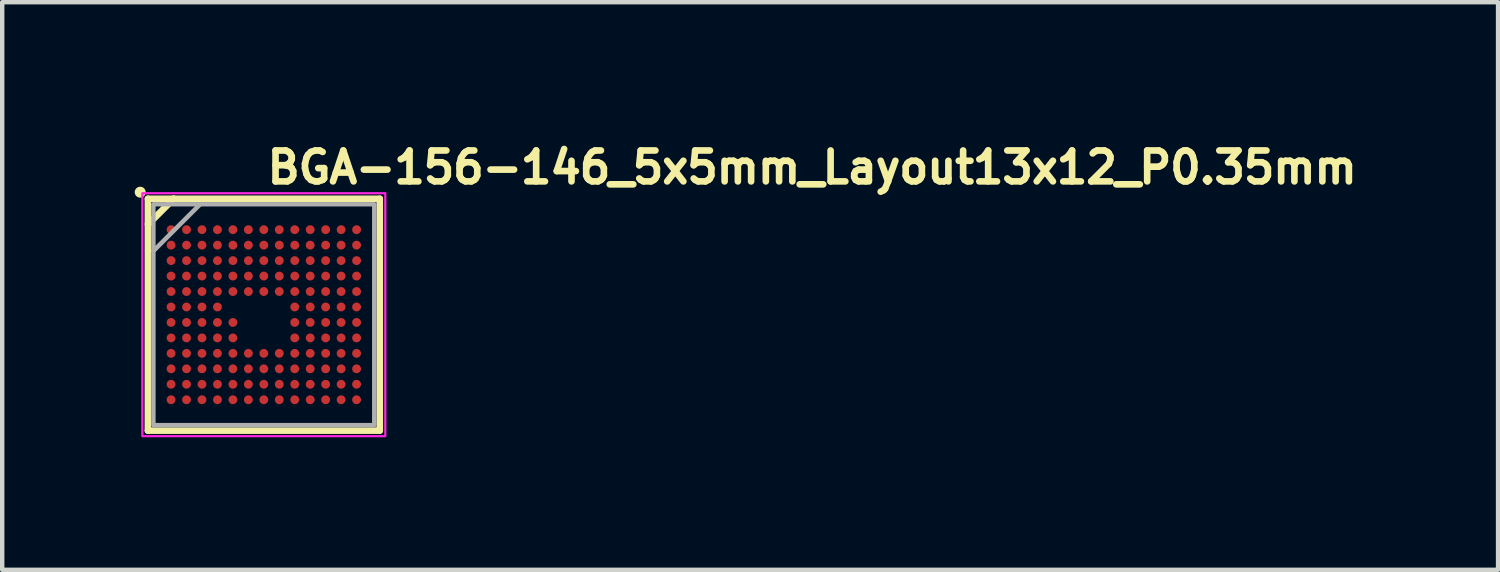
<source format=kicad_pcb>
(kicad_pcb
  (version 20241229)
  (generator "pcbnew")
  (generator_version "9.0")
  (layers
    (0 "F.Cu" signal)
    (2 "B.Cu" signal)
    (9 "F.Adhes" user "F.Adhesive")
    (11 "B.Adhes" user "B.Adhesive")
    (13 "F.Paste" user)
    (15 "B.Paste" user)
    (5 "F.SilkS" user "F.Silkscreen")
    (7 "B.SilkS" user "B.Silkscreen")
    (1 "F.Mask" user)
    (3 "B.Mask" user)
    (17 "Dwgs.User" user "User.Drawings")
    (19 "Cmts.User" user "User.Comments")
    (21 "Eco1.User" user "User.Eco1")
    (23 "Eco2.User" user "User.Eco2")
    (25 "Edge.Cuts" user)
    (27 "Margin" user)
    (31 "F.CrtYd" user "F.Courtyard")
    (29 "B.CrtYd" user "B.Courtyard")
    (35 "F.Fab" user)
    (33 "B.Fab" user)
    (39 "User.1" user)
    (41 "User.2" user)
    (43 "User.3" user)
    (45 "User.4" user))
  (footprint "BGA-156-146_5x5mm_Layout13x12_P0.35mm"
    (layer "F.Cu")
    (at 2.923 4.075)
    (property "Reference" "BGA-156-146_5x5mm_Layout13x12_P0.35mm" (at 0 -2.925 0) (unlocked yes) (layer "F.SilkS") (effects (font (size 0.7 0.7) (thickness 0.15)) (justify left bottom)))
    (attr smd)
    (fp_line (start -2.624 2.624) (end -2.624 -2.625) (stroke (width 0.15) (type solid)) (layer "F.SilkS"))
    (fp_line (start -2.615 -2.051) (end -2.624 -2.051) (stroke (width 0.15) (type solid)) (layer "F.SilkS"))
    (fp_line (start -2.615 -2.051) (end -2.04 -2.625) (stroke (width 0.15) (type solid)) (layer "F.SilkS"))
    (fp_line (start -2.04 -2.625) (end -2.048 -2.625) (stroke (width 0.15) (type solid)) (layer "F.SilkS"))
    (fp_line (start 2.625 -2.625) (end -2.624 -2.625) (stroke (width 0.15) (type solid)) (layer "F.SilkS"))
    (fp_line (start 2.625 2.624) (end -2.624 2.624) (stroke (width 0.15) (type solid)) (layer "F.SilkS"))
    (fp_line (start 2.625 2.624) (end 2.625 -2.625) (stroke (width 0.15) (type solid)) (layer "F.SilkS"))
    (fp_circle (center -2.799 -2.774) (end -2.75 -2.774) (stroke (width 0.15) (type solid)) (fill yes) (layer "F.SilkS"))
    (fp_rect (start -2.75 -2.75) (end 2.75 2.75) (stroke (width 0.05) (type solid)) (fill no) (layer "F.CrtYd"))
    (fp_line (start -2.5 -1.443) (end -1.446 -2.497) (stroke (width 0.102) (type solid)) (layer "F.Fab"))
    (fp_rect (start -2.5 -2.5) (end 2.5 2.5) (stroke (width 0.1) (type solid)) (fill no) (layer "F.Fab"))
    (fp_line (start -2.5 2.5) (end -2.5 0) (stroke (width 0.102) (type solid)) (layer "User.1"))
    (fp_line (start -2.275 -2.499) (end -2.282 -2.499) (stroke (width 0.102) (type solid)) (layer "User.1"))
    (fp_line (start 0 2.5) (end -2.5 2.5) (stroke (width 0.102) (type solid)) (layer "User.1"))
    (fp_rect (start -2.5 -2.5) (end 2.5 2.5) (stroke (width 0.1) (type solid)) (fill no) (layer "User.5"))
    (fp_line (start -2.5 -2.5) (end 2.5 -2.5) (stroke (width 0.02) (type solid)) (layer "User.9"))
    (fp_line (start -2.5 2.5) (end -2.5 -2.5) (stroke (width 0.02) (type solid)) (layer "User.9"))
    (fp_line (start -2.5 2.5) (end 2.5 2.5) (stroke (width 0.02) (type solid)) (layer "User.9"))
    (fp_line (start 2.5 2.5) (end 2.5 -2.5) (stroke (width 0.02) (type solid)) (layer "User.9"))
    (pad "A1" smd circle (at -2.1 -1.925) (size 0.2 0.2) (layers "F.Cu" "F.Mask" "F.Paste"))
    (pad "A2" smd circle (at -1.75 -1.925) (size 0.2 0.2) (layers "F.Cu" "F.Mask" "F.Paste"))
    (pad "A3" smd circle (at -1.4 -1.925) (size 0.2 0.2) (layers "F.Cu" "F.Mask" "F.Paste"))
    (pad "A4" smd circle (at -1.05 -1.925) (size 0.2 0.2) (layers "F.Cu" "F.Mask" "F.Paste"))
    (pad "A5" smd circle (at -0.7 -1.925) (size 0.2 0.2) (layers "F.Cu" "F.Mask" "F.Paste"))
    (pad "A6" smd circle (at -0.35 -1.925) (size 0.2 0.2) (layers "F.Cu" "F.Mask" "F.Paste"))
    (pad "A7" smd circle (at 0 -1.925) (size 0.2 0.2) (layers "F.Cu" "F.Mask" "F.Paste"))
    (pad "A8" smd circle (at 0.35 -1.925) (size 0.2 0.2) (layers "F.Cu" "F.Mask" "F.Paste"))
    (pad "A9" smd circle (at 0.7 -1.925) (size 0.2 0.2) (layers "F.Cu" "F.Mask" "F.Paste"))
    (pad "A10" smd circle (at 1.05 -1.925) (size 0.2 0.2) (layers "F.Cu" "F.Mask" "F.Paste"))
    (pad "A11" smd circle (at 1.4 -1.925) (size 0.2 0.2) (layers "F.Cu" "F.Mask" "F.Paste"))
    (pad "A12" smd circle (at 1.75 -1.925) (size 0.2 0.2) (layers "F.Cu" "F.Mask" "F.Paste"))
    (pad "A13" smd circle (at 2.1 -1.925) (size 0.2 0.2) (layers "F.Cu" "F.Mask" "F.Paste"))
    (pad "B1" smd circle (at -2.1 -1.575) (size 0.2 0.2) (layers "F.Cu" "F.Mask" "F.Paste"))
    (pad "B2" smd circle (at -1.75 -1.575) (size 0.2 0.2) (layers "F.Cu" "F.Mask" "F.Paste"))
    (pad "B3" smd circle (at -1.4 -1.575) (size 0.2 0.2) (layers "F.Cu" "F.Mask" "F.Paste"))
    (pad "B4" smd circle (at -1.05 -1.575) (size 0.2 0.2) (layers "F.Cu" "F.Mask" "F.Paste"))
    (pad "B5" smd circle (at -0.7 -1.575) (size 0.2 0.2) (layers "F.Cu" "F.Mask" "F.Paste"))
    (pad "B6" smd circle (at -0.35 -1.575) (size 0.2 0.2) (layers "F.Cu" "F.Mask" "F.Paste"))
    (pad "B7" smd circle (at 0 -1.575) (size 0.2 0.2) (layers "F.Cu" "F.Mask" "F.Paste"))
    (pad "B8" smd circle (at 0.35 -1.575) (size 0.2 0.2) (layers "F.Cu" "F.Mask" "F.Paste"))
    (pad "B9" smd circle (at 0.7 -1.575) (size 0.2 0.2) (layers "F.Cu" "F.Mask" "F.Paste"))
    (pad "B10" smd circle (at 1.05 -1.575) (size 0.2 0.2) (layers "F.Cu" "F.Mask" "F.Paste"))
    (pad "B11" smd circle (at 1.4 -1.575) (size 0.2 0.2) (layers "F.Cu" "F.Mask" "F.Paste"))
    (pad "B12" smd circle (at 1.75 -1.575) (size 0.2 0.2) (layers "F.Cu" "F.Mask" "F.Paste"))
    (pad "B13" smd circle (at 2.1 -1.575) (size 0.2 0.2) (layers "F.Cu" "F.Mask" "F.Paste"))
    (pad "C1" smd circle (at -2.1 -1.225) (size 0.2 0.2) (layers "F.Cu" "F.Mask" "F.Paste"))
    (pad "C2" smd circle (at -1.75 -1.225) (size 0.2 0.2) (layers "F.Cu" "F.Mask" "F.Paste"))
    (pad "C3" smd circle (at -1.4 -1.225) (size 0.2 0.2) (layers "F.Cu" "F.Mask" "F.Paste"))
    (pad "C4" smd circle (at -1.05 -1.225) (size 0.2 0.2) (layers "F.Cu" "F.Mask" "F.Paste"))
    (pad "C5" smd circle (at -0.7 -1.225) (size 0.2 0.2) (layers "F.Cu" "F.Mask" "F.Paste"))
    (pad "C6" smd circle (at -0.35 -1.225) (size 0.2 0.2) (layers "F.Cu" "F.Mask" "F.Paste"))
    (pad "C7" smd circle (at 0 -1.225) (size 0.2 0.2) (layers "F.Cu" "F.Mask" "F.Paste"))
    (pad "C8" smd circle (at 0.35 -1.225) (size 0.2 0.2) (layers "F.Cu" "F.Mask" "F.Paste"))
    (pad "C9" smd circle (at 0.7 -1.225) (size 0.2 0.2) (layers "F.Cu" "F.Mask" "F.Paste"))
    (pad "C10" smd circle (at 1.05 -1.225) (size 0.2 0.2) (layers "F.Cu" "F.Mask" "F.Paste"))
    (pad "C11" smd circle (at 1.4 -1.225) (size 0.2 0.2) (layers "F.Cu" "F.Mask" "F.Paste"))
    (pad "C12" smd circle (at 1.75 -1.225) (size 0.2 0.2) (layers "F.Cu" "F.Mask" "F.Paste"))
    (pad "C13" smd circle (at 2.1 -1.225) (size 0.2 0.2) (layers "F.Cu" "F.Mask" "F.Paste"))
    (pad "D1" smd circle (at -2.1 -0.875) (size 0.2 0.2) (layers "F.Cu" "F.Mask" "F.Paste"))
    (pad "D2" smd circle (at -1.75 -0.875) (size 0.2 0.2) (layers "F.Cu" "F.Mask" "F.Paste"))
    (pad "D3" smd circle (at -1.4 -0.875) (size 0.2 0.2) (layers "F.Cu" "F.Mask" "F.Paste"))
    (pad "D4" smd circle (at -1.05 -0.875) (size 0.2 0.2) (layers "F.Cu" "F.Mask" "F.Paste"))
    (pad "D5" smd circle (at -0.7 -0.875) (size 0.2 0.2) (layers "F.Cu" "F.Mask" "F.Paste"))
    (pad "D6" smd circle (at -0.35 -0.875) (size 0.2 0.2) (layers "F.Cu" "F.Mask" "F.Paste"))
    (pad "D7" smd circle (at 0 -0.875) (size 0.2 0.2) (layers "F.Cu" "F.Mask" "F.Paste"))
    (pad "D8" smd circle (at 0.35 -0.875) (size 0.2 0.2) (layers "F.Cu" "F.Mask" "F.Paste"))
    (pad "D9" smd circle (at 0.7 -0.875) (size 0.2 0.2) (layers "F.Cu" "F.Mask" "F.Paste"))
    (pad "D10" smd circle (at 1.05 -0.875) (size 0.2 0.2) (layers "F.Cu" "F.Mask" "F.Paste"))
    (pad "D11" smd circle (at 1.4 -0.875) (size 0.2 0.2) (layers "F.Cu" "F.Mask" "F.Paste"))
    (pad "D12" smd circle (at 1.75 -0.875) (size 0.2 0.2) (layers "F.Cu" "F.Mask" "F.Paste"))
    (pad "D13" smd circle (at 2.1 -0.875) (size 0.2 0.2) (layers "F.Cu" "F.Mask" "F.Paste"))
    (pad "E1" smd circle (at -2.1 -0.525) (size 0.2 0.2) (layers "F.Cu" "F.Mask" "F.Paste"))
    (pad "E2" smd circle (at -1.75 -0.525) (size 0.2 0.2) (layers "F.Cu" "F.Mask" "F.Paste"))
    (pad "E3" smd circle (at -1.4 -0.525) (size 0.2 0.2) (layers "F.Cu" "F.Mask" "F.Paste"))
    (pad "E4" smd circle (at -1.05 -0.525) (size 0.2 0.2) (layers "F.Cu" "F.Mask" "F.Paste"))
    (pad "E5" smd circle (at -0.7 -0.525) (size 0.2 0.2) (layers "F.Cu" "F.Mask" "F.Paste"))
    (pad "E6" smd circle (at -0.35 -0.525) (size 0.2 0.2) (layers "F.Cu" "F.Mask" "F.Paste"))
    (pad "E7" smd circle (at 0 -0.525) (size 0.2 0.2) (layers "F.Cu" "F.Mask" "F.Paste"))
    (pad "E8" smd circle (at 0.35 -0.525) (size 0.2 0.2) (layers "F.Cu" "F.Mask" "F.Paste"))
    (pad "E9" smd circle (at 0.7 -0.525) (size 0.2 0.2) (layers "F.Cu" "F.Mask" "F.Paste"))
    (pad "E10" smd circle (at 1.05 -0.525) (size 0.2 0.2) (layers "F.Cu" "F.Mask" "F.Paste"))
    (pad "E11" smd circle (at 1.4 -0.525) (size 0.2 0.2) (layers "F.Cu" "F.Mask" "F.Paste"))
    (pad "E12" smd circle (at 1.75 -0.525) (size 0.2 0.2) (layers "F.Cu" "F.Mask" "F.Paste"))
    (pad "E13" smd circle (at 2.1 -0.525) (size 0.2 0.2) (layers "F.Cu" "F.Mask" "F.Paste"))
    (pad "F1" smd circle (at -2.1 -0.175) (size 0.2 0.2) (layers "F.Cu" "F.Mask" "F.Paste"))
    (pad "F2" smd circle (at -1.75 -0.175) (size 0.2 0.2) (layers "F.Cu" "F.Mask" "F.Paste"))
    (pad "F3" smd circle (at -1.4 -0.175) (size 0.2 0.2) (layers "F.Cu" "F.Mask" "F.Paste"))
    (pad "F4" smd circle (at -1.05 -0.175) (size 0.2 0.2) (layers "F.Cu" "F.Mask" "F.Paste"))
    (pad "F9" smd circle (at 0.7 -0.175) (size 0.2 0.2) (layers "F.Cu" "F.Mask" "F.Paste"))
    (pad "F10" smd circle (at 1.05 -0.175) (size 0.2 0.2) (layers "F.Cu" "F.Mask" "F.Paste"))
    (pad "F11" smd circle (at 1.4 -0.175) (size 0.2 0.2) (layers "F.Cu" "F.Mask" "F.Paste"))
    (pad "F12" smd circle (at 1.75 -0.175) (size 0.2 0.2) (layers "F.Cu" "F.Mask" "F.Paste"))
    (pad "F13" smd circle (at 2.1 -0.175) (size 0.2 0.2) (layers "F.Cu" "F.Mask" "F.Paste"))
    (pad "G1" smd circle (at -2.1 0.175) (size 0.2 0.2) (layers "F.Cu" "F.Mask" "F.Paste"))
    (pad "G2" smd circle (at -1.75 0.175) (size 0.2 0.2) (layers "F.Cu" "F.Mask" "F.Paste"))
    (pad "G3" smd circle (at -1.4 0.175) (size 0.2 0.2) (layers "F.Cu" "F.Mask" "F.Paste"))
    (pad "G4" smd circle (at -1.05 0.175) (size 0.2 0.2) (layers "F.Cu" "F.Mask" "F.Paste"))
    (pad "G5" smd circle (at -0.7 0.175) (size 0.2 0.2) (layers "F.Cu" "F.Mask" "F.Paste"))
    (pad "G9" smd circle (at 0.7 0.175) (size 0.2 0.2) (layers "F.Cu" "F.Mask" "F.Paste"))
    (pad "G10" smd circle (at 1.05 0.175) (size 0.2 0.2) (layers "F.Cu" "F.Mask" "F.Paste"))
    (pad "G11" smd circle (at 1.4 0.175) (size 0.2 0.2) (layers "F.Cu" "F.Mask" "F.Paste"))
    (pad "G12" smd circle (at 1.75 0.175) (size 0.2 0.2) (layers "F.Cu" "F.Mask" "F.Paste"))
    (pad "G13" smd circle (at 2.1 0.175) (size 0.2 0.2) (layers "F.Cu" "F.Mask" "F.Paste"))
    (pad "H1" smd circle (at -2.1 0.525) (size 0.2 0.2) (layers "F.Cu" "F.Mask" "F.Paste"))
    (pad "H2" smd circle (at -1.75 0.525) (size 0.2 0.2) (layers "F.Cu" "F.Mask" "F.Paste"))
    (pad "H3" smd circle (at -1.4 0.525) (size 0.2 0.2) (layers "F.Cu" "F.Mask" "F.Paste"))
    (pad "H4" smd circle (at -1.05 0.525) (size 0.2 0.2) (layers "F.Cu" "F.Mask" "F.Paste"))
    (pad "H5" smd circle (at -0.7 0.525) (size 0.2 0.2) (layers "F.Cu" "F.Mask" "F.Paste"))
    (pad "H9" smd circle (at 0.7 0.525) (size 0.2 0.2) (layers "F.Cu" "F.Mask" "F.Paste"))
    (pad "H10" smd circle (at 1.05 0.525) (size 0.2 0.2) (layers "F.Cu" "F.Mask" "F.Paste"))
    (pad "H11" smd circle (at 1.4 0.525) (size 0.2 0.2) (layers "F.Cu" "F.Mask" "F.Paste"))
    (pad "H12" smd circle (at 1.75 0.525) (size 0.2 0.2) (layers "F.Cu" "F.Mask" "F.Paste"))
    (pad "H13" smd circle (at 2.1 0.525) (size 0.2 0.2) (layers "F.Cu" "F.Mask" "F.Paste"))
    (pad "J1" smd circle (at -2.1 0.875) (size 0.2 0.2) (layers "F.Cu" "F.Mask" "F.Paste"))
    (pad "J2" smd circle (at -1.75 0.875) (size 0.2 0.2) (layers "F.Cu" "F.Mask" "F.Paste"))
    (pad "J3" smd circle (at -1.4 0.875) (size 0.2 0.2) (layers "F.Cu" "F.Mask" "F.Paste"))
    (pad "J4" smd circle (at -1.05 0.875) (size 0.2 0.2) (layers "F.Cu" "F.Mask" "F.Paste"))
    (pad "J5" smd circle (at -0.7 0.875) (size 0.2 0.2) (layers "F.Cu" "F.Mask" "F.Paste"))
    (pad "J6" smd circle (at -0.35 0.875) (size 0.2 0.2) (layers "F.Cu" "F.Mask" "F.Paste"))
    (pad "J7" smd circle (at 0 0.875) (size 0.2 0.2) (layers "F.Cu" "F.Mask" "F.Paste"))
    (pad "J8" smd circle (at 0.35 0.875) (size 0.2 0.2) (layers "F.Cu" "F.Mask" "F.Paste"))
    (pad "J9" smd circle (at 0.7 0.875) (size 0.2 0.2) (layers "F.Cu" "F.Mask" "F.Paste"))
    (pad "J10" smd circle (at 1.05 0.875) (size 0.2 0.2) (layers "F.Cu" "F.Mask" "F.Paste"))
    (pad "J11" smd circle (at 1.4 0.875) (size 0.2 0.2) (layers "F.Cu" "F.Mask" "F.Paste"))
    (pad "J12" smd circle (at 1.75 0.875) (size 0.2 0.2) (layers "F.Cu" "F.Mask" "F.Paste"))
    (pad "J13" smd circle (at 2.1 0.875) (size 0.2 0.2) (layers "F.Cu" "F.Mask" "F.Paste"))
    (pad "K1" smd circle (at -2.1 1.225) (size 0.2 0.2) (layers "F.Cu" "F.Mask" "F.Paste"))
    (pad "K2" smd circle (at -1.75 1.225) (size 0.2 0.2) (layers "F.Cu" "F.Mask" "F.Paste"))
    (pad "K3" smd circle (at -1.4 1.225) (size 0.2 0.2) (layers "F.Cu" "F.Mask" "F.Paste"))
    (pad "K4" smd circle (at -1.05 1.225) (size 0.2 0.2) (layers "F.Cu" "F.Mask" "F.Paste"))
    (pad "K5" smd circle (at -0.7 1.225) (size 0.2 0.2) (layers "F.Cu" "F.Mask" "F.Paste"))
    (pad "K6" smd circle (at -0.35 1.225) (size 0.2 0.2) (layers "F.Cu" "F.Mask" "F.Paste"))
    (pad "K7" smd circle (at 0 1.225) (size 0.2 0.2) (layers "F.Cu" "F.Mask" "F.Paste"))
    (pad "K8" smd circle (at 0.35 1.225) (size 0.2 0.2) (layers "F.Cu" "F.Mask" "F.Paste"))
    (pad "K9" smd circle (at 0.7 1.225) (size 0.2 0.2) (layers "F.Cu" "F.Mask" "F.Paste"))
    (pad "K10" smd circle (at 1.05 1.225) (size 0.2 0.2) (layers "F.Cu" "F.Mask" "F.Paste"))
    (pad "K11" smd circle (at 1.4 1.225) (size 0.2 0.2) (layers "F.Cu" "F.Mask" "F.Paste"))
    (pad "K12" smd circle (at 1.75 1.225) (size 0.2 0.2) (layers "F.Cu" "F.Mask" "F.Paste"))
    (pad "K13" smd circle (at 2.1 1.225) (size 0.2 0.2) (layers "F.Cu" "F.Mask" "F.Paste"))
    (pad "L1" smd circle (at -2.1 1.575) (size 0.2 0.2) (layers "F.Cu" "F.Mask" "F.Paste"))
    (pad "L2" smd circle (at -1.75 1.575) (size 0.2 0.2) (layers "F.Cu" "F.Mask" "F.Paste"))
    (pad "L3" smd circle (at -1.4 1.575) (size 0.2 0.2) (layers "F.Cu" "F.Mask" "F.Paste"))
    (pad "L4" smd circle (at -1.05 1.575) (size 0.2 0.2) (layers "F.Cu" "F.Mask" "F.Paste"))
    (pad "L5" smd circle (at -0.7 1.575) (size 0.2 0.2) (layers "F.Cu" "F.Mask" "F.Paste"))
    (pad "L6" smd circle (at -0.35 1.575) (size 0.2 0.2) (layers "F.Cu" "F.Mask" "F.Paste"))
    (pad "L7" smd circle (at 0 1.575) (size 0.2 0.2) (layers "F.Cu" "F.Mask" "F.Paste"))
    (pad "L8" smd circle (at 0.35 1.575) (size 0.2 0.2) (layers "F.Cu" "F.Mask" "F.Paste"))
    (pad "L9" smd circle (at 0.7 1.575) (size 0.2 0.2) (layers "F.Cu" "F.Mask" "F.Paste"))
    (pad "L10" smd circle (at 1.05 1.575) (size 0.2 0.2) (layers "F.Cu" "F.Mask" "F.Paste"))
    (pad "L11" smd circle (at 1.4 1.575) (size 0.2 0.2) (layers "F.Cu" "F.Mask" "F.Paste"))
    (pad "L12" smd circle (at 1.75 1.575) (size 0.2 0.2) (layers "F.Cu" "F.Mask" "F.Paste"))
    (pad "L13" smd circle (at 2.1 1.575) (size 0.2 0.2) (layers "F.Cu" "F.Mask" "F.Paste"))
    (pad "M1" smd circle (at -2.1 1.925) (size 0.2 0.2) (layers "F.Cu" "F.Mask" "F.Paste"))
    (pad "M2" smd circle (at -1.75 1.925) (size 0.2 0.2) (layers "F.Cu" "F.Mask" "F.Paste"))
    (pad "M3" smd circle (at -1.4 1.925) (size 0.2 0.2) (layers "F.Cu" "F.Mask" "F.Paste"))
    (pad "M4" smd circle (at -1.05 1.925) (size 0.2 0.2) (layers "F.Cu" "F.Mask" "F.Paste"))
    (pad "M5" smd circle (at -0.7 1.925) (size 0.2 0.2) (layers "F.Cu" "F.Mask" "F.Paste"))
    (pad "M6" smd circle (at -0.35 1.925) (size 0.2 0.2) (layers "F.Cu" "F.Mask" "F.Paste"))
    (pad "M7" smd circle (at 0 1.925) (size 0.2 0.2) (layers "F.Cu" "F.Mask" "F.Paste"))
    (pad "M8" smd circle (at 0.35 1.925) (size 0.2 0.2) (layers "F.Cu" "F.Mask" "F.Paste"))
    (pad "M9" smd circle (at 0.7 1.925) (size 0.2 0.2) (layers "F.Cu" "F.Mask" "F.Paste"))
    (pad "M10" smd circle (at 1.05 1.925) (size 0.2 0.2) (layers "F.Cu" "F.Mask" "F.Paste"))
    (pad "M11" smd circle (at 1.4 1.925) (size 0.2 0.2) (layers "F.Cu" "F.Mask" "F.Paste"))
    (pad "M12" smd circle (at 1.75 1.925) (size 0.2 0.2) (layers "F.Cu" "F.Mask" "F.Paste"))
    (pad "M13" smd circle (at 2.1 1.925) (size 0.2 0.2) (layers "F.Cu" "F.Mask" "F.Paste")))
  (gr_rect
    (start -3 -3)
    (end 30.866 9.85)
    (stroke (width 0.1) (type default))
    (fill no)
    (layer "Edge.Cuts")))
</source>
